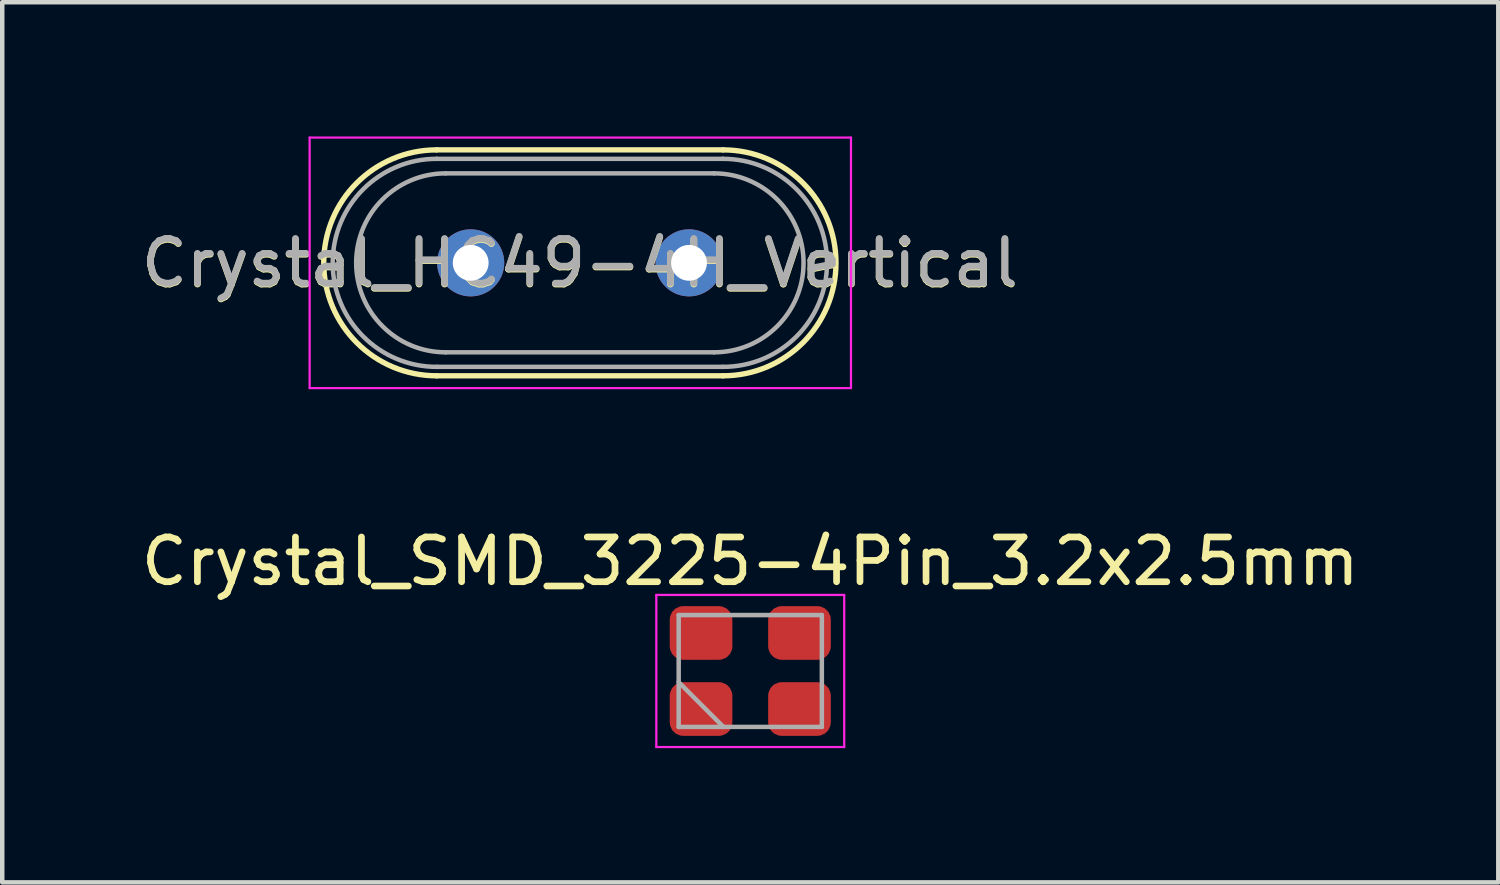
<source format=kicad_pcb>
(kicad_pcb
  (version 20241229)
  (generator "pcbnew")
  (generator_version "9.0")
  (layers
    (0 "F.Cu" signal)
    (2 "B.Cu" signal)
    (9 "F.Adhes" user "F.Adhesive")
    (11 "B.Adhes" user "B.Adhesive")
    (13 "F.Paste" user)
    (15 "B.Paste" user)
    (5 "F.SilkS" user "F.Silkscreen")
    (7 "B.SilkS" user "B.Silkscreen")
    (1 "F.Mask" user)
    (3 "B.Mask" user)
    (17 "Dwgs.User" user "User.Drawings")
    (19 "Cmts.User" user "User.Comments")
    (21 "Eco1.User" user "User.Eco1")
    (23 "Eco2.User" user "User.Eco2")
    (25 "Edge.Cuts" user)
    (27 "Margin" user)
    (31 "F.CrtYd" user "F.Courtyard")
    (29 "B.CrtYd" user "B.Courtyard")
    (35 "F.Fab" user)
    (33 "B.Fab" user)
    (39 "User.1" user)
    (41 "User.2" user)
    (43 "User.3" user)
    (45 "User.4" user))
  (footprint "Crystal_SMD_3225-4Pin_3.2x2.5mm"
    (layer "F.Cu")
    (at 13.72 11.948)
    (property "Reference" "Crystal_SMD_3225-4Pin_3.2x2.5mm" (at 0 -2.45 180) (layer "F.SilkS") (effects (font (size 1 1) (thickness 0.15))))
    (attr smd)
    (fp_line (start -2.1 -1.7) (end -2.1 1.7) (stroke (width 0.05) (type solid)) (layer "F.CrtYd"))
    (fp_line (start -2.1 1.7) (end 2.1 1.7) (stroke (width 0.05) (type solid)) (layer "F.CrtYd"))
    (fp_line (start 2.1 -1.7) (end -2.1 -1.7) (stroke (width 0.05) (type solid)) (layer "F.CrtYd"))
    (fp_line (start 2.1 1.7) (end 2.1 -1.7) (stroke (width 0.05) (type solid)) (layer "F.CrtYd"))
    (fp_line (start -1.6 -1.25) (end -1.6 1.25) (stroke (width 0.1) (type solid)) (layer "F.Fab"))
    (fp_line (start -1.6 0.25) (end -0.6 1.25) (stroke (width 0.1) (type solid)) (layer "F.Fab"))
    (fp_line (start -1.6 1.25) (end 1.6 1.25) (stroke (width 0.1) (type solid)) (layer "F.Fab"))
    (fp_line (start 1.6 -1.25) (end -1.6 -1.25) (stroke (width 0.1) (type solid)) (layer "F.Fab"))
    (fp_line (start 1.6 1.25) (end 1.6 -1.25) (stroke (width 0.1) (type solid)) (layer "F.Fab"))
    (pad "1" smd roundrect (at -1.1 0.85) (size 1.4 1.2) (layers "F.Cu" "F.Mask" "F.Paste") (roundrect_rratio 0.25))
    (pad "2" smd roundrect (at 1.1 0.85) (size 1.4 1.2) (layers "F.Cu" "F.Mask" "F.Paste") (roundrect_rratio 0.25))
    (pad "3" smd roundrect (at 1.1 -0.85) (size 1.4 1.2) (layers "F.Cu" "F.Mask" "F.Paste") (roundrect_rratio 0.25))
    (pad "4" smd roundrect (at -1.1 -0.85) (size 1.4 1.2) (layers "F.Cu" "F.Mask" "F.Paste") (roundrect_rratio 0.25)))
  (footprint "Crystal_HC49-4H_Vertical"
    (layer "F.Cu")
    (at 7.471 2.825)
    (property "Reference" "Crystal_HC49-4H_Vertical" (at 2.44 0.019 0) (layer "F.SilkS") (effects (font (size 1 1) (thickness 0.15))))
    (attr through_hole)
    (fp_line (start -0.76 -2.525) (end 5.64 -2.525) (stroke (width 0.12) (type solid)) (layer "F.SilkS"))
    (fp_line (start -0.76 2.525) (end 5.64 2.525) (stroke (width 0.12) (type solid)) (layer "F.SilkS"))
    (fp_arc (start -0.76 2.525) (mid -3.285 0) (end -0.76 -2.525) (stroke (width 0.12) (type solid)) (layer "F.SilkS"))
    (fp_arc (start 5.64 -2.525) (mid 8.165 0) (end 5.64 2.525) (stroke (width 0.12) (type solid)) (layer "F.SilkS"))
    (fp_line (start -3.6 -2.8) (end -3.6 2.8) (stroke (width 0.05) (type solid)) (layer "F.CrtYd"))
    (fp_line (start -3.6 2.8) (end 8.5 2.8) (stroke (width 0.05) (type solid)) (layer "F.CrtYd"))
    (fp_line (start 8.5 -2.8) (end -3.6 -2.8) (stroke (width 0.05) (type solid)) (layer "F.CrtYd"))
    (fp_line (start 8.5 2.8) (end 8.5 -2.8) (stroke (width 0.05) (type solid)) (layer "F.CrtYd"))
    (fp_line (start -0.76 -2.325) (end 5.64 -2.325) (stroke (width 0.1) (type solid)) (layer "F.Fab"))
    (fp_line (start -0.76 2.325) (end 5.64 2.325) (stroke (width 0.1) (type solid)) (layer "F.Fab"))
    (fp_line (start -0.56 -2) (end 5.44 -2) (stroke (width 0.1) (type solid)) (layer "F.Fab"))
    (fp_line (start -0.56 2) (end 5.44 2) (stroke (width 0.1) (type solid)) (layer "F.Fab"))
    (fp_arc (start -0.76 2.325) (mid -3.085 0) (end -0.76 -2.325) (stroke (width 0.1) (type solid)) (layer "F.Fab"))
    (fp_arc (start -0.56 2) (mid -2.56 0) (end -0.56 -2) (stroke (width 0.1) (type solid)) (layer "F.Fab"))
    (fp_arc (start 5.44 -2) (mid 7.44 0) (end 5.44 2) (stroke (width 0.1) (type solid)) (layer "F.Fab"))
    (fp_arc (start 5.64 -2.325) (mid 7.965 0) (end 5.64 2.325) (stroke (width 0.1) (type solid)) (layer "F.Fab"))
    (fp_text user "${REFERENCE}" (at 2.44 0 0) (layer "F.Fab") (effects (font (size 1 1) (thickness 0.15))))
    (pad "1" thru_hole circle (at 0 0) (size 1.5 1.5) (drill 0.8) (layers "*.Cu" "*.Mask"))
    (pad "2" thru_hole circle (at 4.88 0) (size 1.5 1.5) (drill 0.8) (layers "*.Cu" "*.Mask")))
  (gr_rect
    (start -3 -3)
    (end 30.44 16.673)
    (stroke (width 0.1) (type default))
    (fill no)
    (layer "Edge.Cuts")))
</source>
